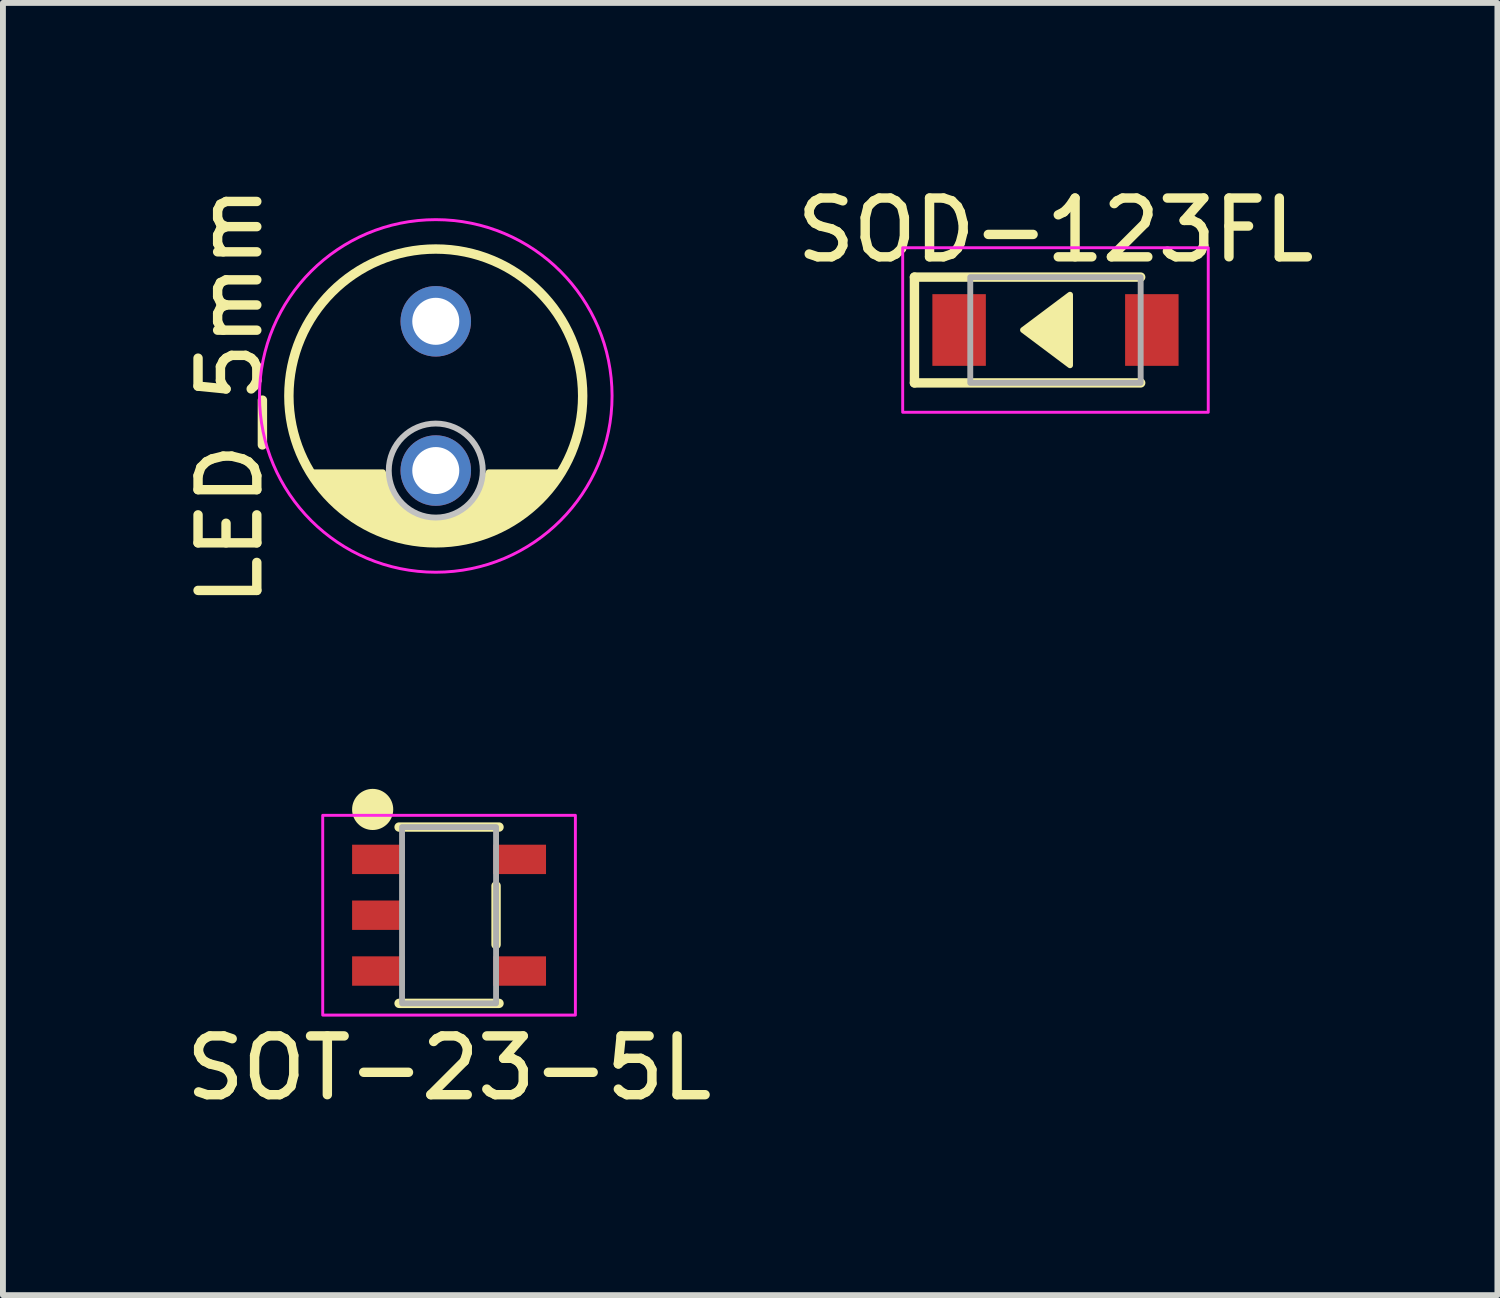
<source format=kicad_pcb>
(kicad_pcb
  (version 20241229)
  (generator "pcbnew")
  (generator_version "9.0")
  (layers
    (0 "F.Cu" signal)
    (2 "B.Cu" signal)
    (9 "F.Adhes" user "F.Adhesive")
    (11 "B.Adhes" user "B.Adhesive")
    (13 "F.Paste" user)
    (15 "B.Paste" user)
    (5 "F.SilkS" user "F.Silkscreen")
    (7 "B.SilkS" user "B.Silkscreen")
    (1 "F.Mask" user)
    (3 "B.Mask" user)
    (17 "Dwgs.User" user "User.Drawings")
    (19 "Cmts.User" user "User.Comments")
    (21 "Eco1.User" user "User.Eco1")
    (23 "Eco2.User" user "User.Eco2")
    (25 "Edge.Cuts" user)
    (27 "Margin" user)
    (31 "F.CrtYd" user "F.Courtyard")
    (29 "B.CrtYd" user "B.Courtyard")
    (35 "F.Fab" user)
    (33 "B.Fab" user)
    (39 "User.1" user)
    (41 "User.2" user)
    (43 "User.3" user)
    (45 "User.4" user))
  (footprint "SOT-23-5L"
    (layer "F.Cu")
    (at 4.592 12.525)
    (property "Reference" "SOT-23-5L" (at 0 2.6 0) (unlocked yes) (layer "F.SilkS") (effects (font (size 1 1) (thickness 0.16))))
    (attr smd)
    (fp_line (start 0.8 -0.5) (end 0.8 0.5) (stroke (width 0.16) (type solid)) (layer "F.SilkS"))
    (fp_line (start 0.85 -1.5) (end -0.85 -1.5) (stroke (width 0.16) (type solid)) (layer "F.SilkS"))
    (fp_line (start 0.85 1.5) (end -0.85 1.5) (stroke (width 0.16) (type solid)) (layer "F.SilkS"))
    (fp_circle (center -1.3 -1.8) (end -1 -1.8) (stroke (width 0.1) (type solid)) (fill yes) (layer "F.SilkS"))
    (fp_rect (start -2.15 1.7) (end 2.15 -1.7) (stroke (width 0.05) (type solid)) (fill no) (layer "F.CrtYd"))
    (fp_rect (start -0.8 -1.5) (end 0.8 1.5) (stroke (width 0.1) (type default)) (fill no) (layer "F.Fab"))
    (pad "1" smd rect (at -1.2 -0.95) (size 0.9 0.5) (layers "F.Cu" "F.Mask" "F.Paste"))
    (pad "2" smd rect (at -1.2 0) (size 0.9 0.5) (layers "F.Cu" "F.Mask" "F.Paste"))
    (pad "3" smd rect (at -1.2 0.95) (size 0.9 0.5) (layers "F.Cu" "F.Mask" "F.Paste"))
    (pad "4" smd rect (at 1.2 0.95) (size 0.9 0.5) (layers "F.Cu" "F.Mask" "F.Paste"))
    (pad "5" smd rect (at 1.2 -0.95) (size 0.9 0.5) (layers "F.Cu" "F.Mask" "F.Paste")))
  (footprint "LED_5mm"
    (layer "F.Cu")
    (at 4.366 3.688)
    (property "Reference" "LED_5mm" (at -3.5 0 90) (unlocked yes) (layer "F.SilkS") (effects (font (size 1 1) (thickness 0.16))))
    (attr through_hole)
    (fp_circle (center 0 0) (end 2.5 0) (stroke (width 0.16) (type solid)) (fill no) (layer "F.SilkS"))
    (fp_poly (pts (xy -2.1 1.3) (xy -0.9 1.3) (xy -0.7 1.8) (xy -0.3 2.1) (xy 0.3 2.1) (xy 0.7 1.8) (xy 0.9 1.3) (xy 2.1 1.3) (xy 1.6 1.9) (xy 1.1 2.2) (xy 0.6 2.4) (xy 0 2.5) (xy -0.7 2.4) (xy -1.4 2.1) (xy -1.9 1.6)) (stroke (width 0.1) (type solid)) (fill yes) (layer "F.SilkS"))
    (fp_circle (center 0 1.27) (end 0.8 1.27) (stroke (width 0.1) (type solid)) (fill no) (layer "Dwgs.User"))
    (fp_circle (center 0 0) (end 3 0) (stroke (width 0.05) (type solid)) (fill no) (layer "F.CrtYd"))
    (pad "1" thru_hole circle (at 0 1.27) (size 1.2 1.2) (drill 0.8) (layers "*.Cu" "*.Mask"))
    (pad "2" thru_hole circle (at 0 -1.27) (size 1.2 1.2) (drill 0.8) (layers "*.Cu" "*.Mask")))
  (footprint "SOD-123FL"
    (layer "F.Cu")
    (at 14.912 2.566)
    (property "Reference" "SOD-123FL" (at 0 -1.7 0) (unlocked yes) (layer "F.SilkS") (effects (font (size 1 1) (thickness 0.16))))
    (attr smd)
    (fp_line (start -2.4 -0.9) (end 1.45 -0.9) (stroke (width 0.16) (type solid)) (layer "F.SilkS"))
    (fp_line (start -2.4 0.9) (end -2.4 -0.9) (stroke (width 0.16) (type solid)) (layer "F.SilkS"))
    (fp_line (start 1.45 0.9) (end -2.4 0.9) (stroke (width 0.16) (type solid)) (layer "F.SilkS"))
    (fp_poly (pts (xy -0.552 0) (xy 0.248 -0.6) (xy 0.248 0.6)) (stroke (width 0.1) (type solid)) (fill yes) (layer "F.SilkS"))
    (fp_rect (start -2.6 -1.4) (end 2.6 1.4) (stroke (width 0.05) (type default)) (fill no) (layer "F.CrtYd"))
    (fp_rect (start -1.45 -0.9) (end 1.45 0.9) (stroke (width 0.1) (type solid)) (fill no) (layer "F.Fab"))
    (pad "1" smd rect (at -1.64 0) (size 0.91 1.22) (layers "F.Cu" "F.Mask" "F.Paste"))
    (pad "2" smd rect (at 1.64 0) (size 0.91 1.22) (layers "F.Cu" "F.Mask" "F.Paste")))
  (gr_rect
    (start -3 -3)
    (end 22.433 18.991)
    (stroke (width 0.1) (type default))
    (fill no)
    (layer "Edge.Cuts")))
</source>
